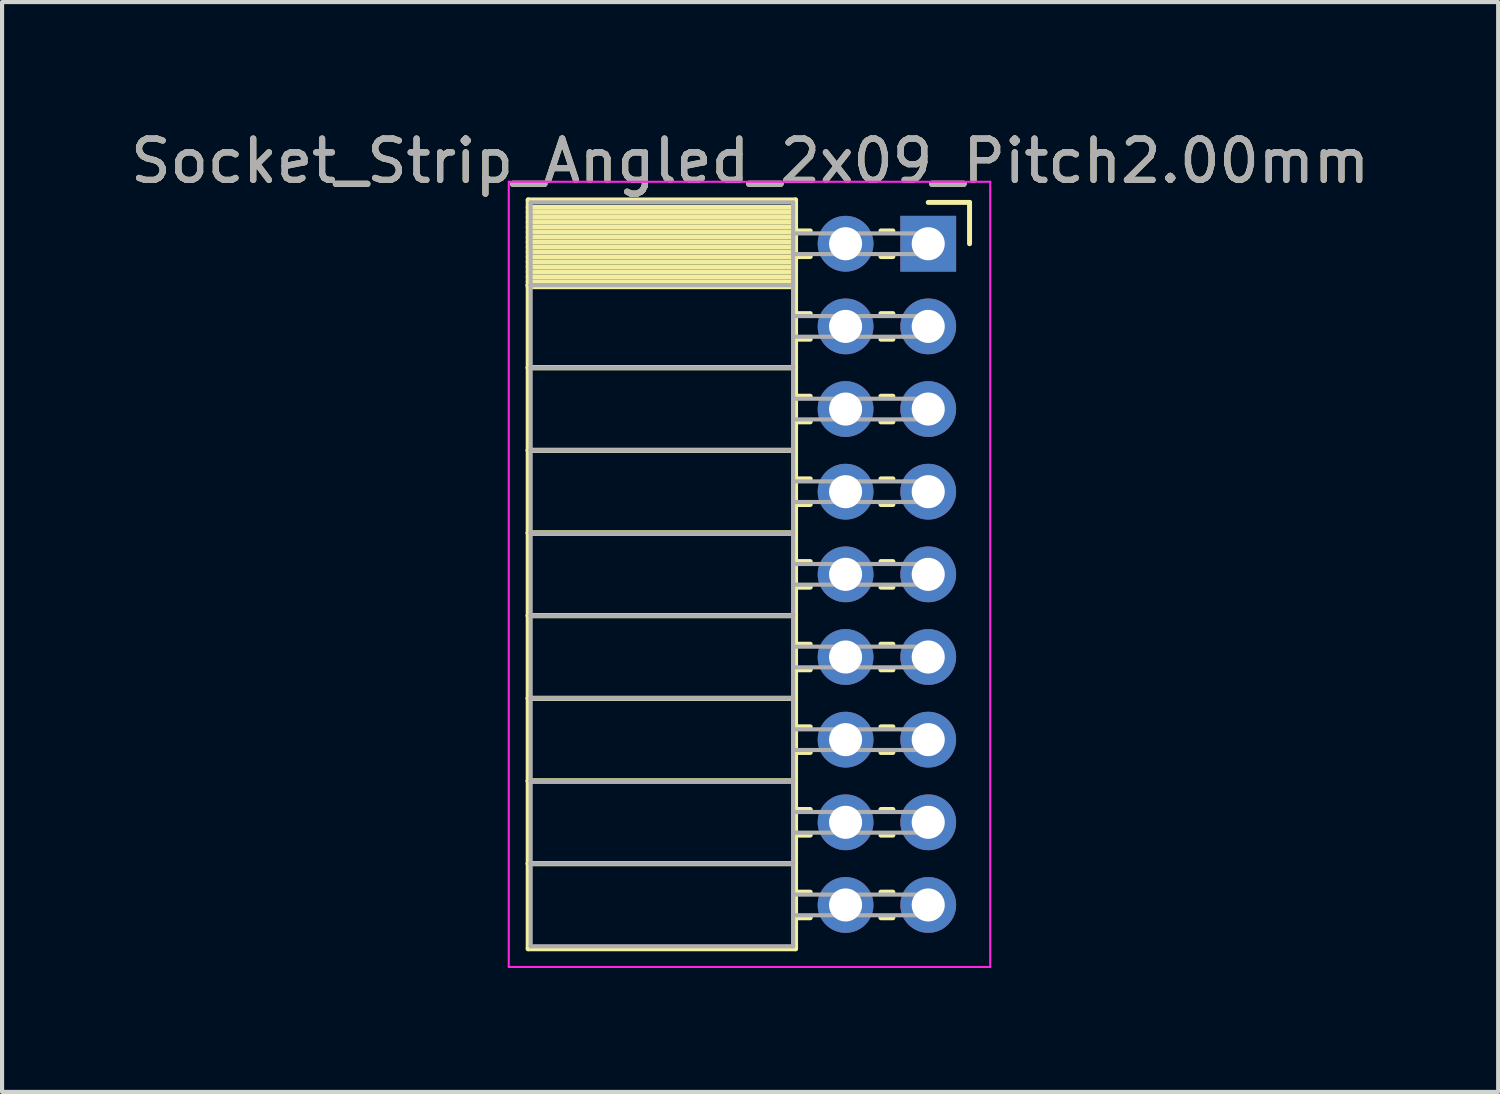
<source format=kicad_pcb>
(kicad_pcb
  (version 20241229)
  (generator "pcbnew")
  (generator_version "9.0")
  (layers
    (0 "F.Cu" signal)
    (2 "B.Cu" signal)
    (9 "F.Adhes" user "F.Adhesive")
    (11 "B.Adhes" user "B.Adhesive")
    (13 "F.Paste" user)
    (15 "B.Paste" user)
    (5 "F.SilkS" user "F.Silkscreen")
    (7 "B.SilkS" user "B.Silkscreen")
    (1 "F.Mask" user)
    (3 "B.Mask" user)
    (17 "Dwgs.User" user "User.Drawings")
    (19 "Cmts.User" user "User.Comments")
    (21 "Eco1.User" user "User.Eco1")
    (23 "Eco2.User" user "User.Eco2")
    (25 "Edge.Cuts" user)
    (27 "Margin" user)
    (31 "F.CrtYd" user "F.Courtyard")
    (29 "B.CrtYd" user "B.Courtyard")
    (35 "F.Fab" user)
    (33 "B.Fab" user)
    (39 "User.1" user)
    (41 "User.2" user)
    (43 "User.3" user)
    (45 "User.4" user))
  (footprint "Socket_Strip_Angled_2x09_Pitch2.00mm"
    (layer "F.Cu")
    (at 19.411 2.848)
    (property "Reference" "Socket_Strip_Angled_2x09_Pitch2.00mm" (at -4.31 -2 0) (layer "F.SilkS") (effects (font (size 1 1) (thickness 0.15))))
    (attr through_hole)
    (fp_line (start -9.68 -1.06) (end -3.21 -1.06) (stroke (width 0.12) (type solid)) (layer "F.SilkS"))
    (fp_line (start -9.68 1) (end -9.68 -1.06) (stroke (width 0.12) (type solid)) (layer "F.SilkS"))
    (fp_line (start -9.68 1) (end -3.21 1) (stroke (width 0.12) (type solid)) (layer "F.SilkS"))
    (fp_line (start -9.68 3) (end -9.68 1) (stroke (width 0.12) (type solid)) (layer "F.SilkS"))
    (fp_line (start -9.68 3) (end -3.21 3) (stroke (width 0.12) (type solid)) (layer "F.SilkS"))
    (fp_line (start -9.68 5) (end -9.68 3) (stroke (width 0.12) (type solid)) (layer "F.SilkS"))
    (fp_line (start -9.68 5) (end -3.21 5) (stroke (width 0.12) (type solid)) (layer "F.SilkS"))
    (fp_line (start -9.68 7) (end -9.68 5) (stroke (width 0.12) (type solid)) (layer "F.SilkS"))
    (fp_line (start -9.68 7) (end -3.21 7) (stroke (width 0.12) (type solid)) (layer "F.SilkS"))
    (fp_line (start -9.68 9) (end -9.68 7) (stroke (width 0.12) (type solid)) (layer "F.SilkS"))
    (fp_line (start -9.68 9) (end -3.21 9) (stroke (width 0.12) (type solid)) (layer "F.SilkS"))
    (fp_line (start -9.68 11) (end -9.68 9) (stroke (width 0.12) (type solid)) (layer "F.SilkS"))
    (fp_line (start -9.68 11) (end -3.21 11) (stroke (width 0.12) (type solid)) (layer "F.SilkS"))
    (fp_line (start -9.68 13) (end -9.68 11) (stroke (width 0.12) (type solid)) (layer "F.SilkS"))
    (fp_line (start -9.68 13) (end -3.21 13) (stroke (width 0.12) (type solid)) (layer "F.SilkS"))
    (fp_line (start -9.68 15) (end -9.68 13) (stroke (width 0.12) (type solid)) (layer "F.SilkS"))
    (fp_line (start -9.68 15) (end -3.21 15) (stroke (width 0.12) (type solid)) (layer "F.SilkS"))
    (fp_line (start -9.68 17.06) (end -9.68 15) (stroke (width 0.12) (type solid)) (layer "F.SilkS"))
    (fp_line (start -3.21 -1.06) (end -3.21 1) (stroke (width 0.12) (type solid)) (layer "F.SilkS"))
    (fp_line (start -3.21 -0.88) (end -9.68 -0.88) (stroke (width 0.12) (type solid)) (layer "F.SilkS"))
    (fp_line (start -3.21 -0.76) (end -9.68 -0.76) (stroke (width 0.12) (type solid)) (layer "F.SilkS"))
    (fp_line (start -3.21 -0.64) (end -9.68 -0.64) (stroke (width 0.12) (type solid)) (layer "F.SilkS"))
    (fp_line (start -3.21 -0.52) (end -9.68 -0.52) (stroke (width 0.12) (type solid)) (layer "F.SilkS"))
    (fp_line (start -3.21 -0.4) (end -9.68 -0.4) (stroke (width 0.12) (type solid)) (layer "F.SilkS"))
    (fp_line (start -3.21 -0.28) (end -9.68 -0.28) (stroke (width 0.12) (type solid)) (layer "F.SilkS"))
    (fp_line (start -3.21 -0.16) (end -9.68 -0.16) (stroke (width 0.12) (type solid)) (layer "F.SilkS"))
    (fp_line (start -3.21 -0.04) (end -9.68 -0.04) (stroke (width 0.12) (type solid)) (layer "F.SilkS"))
    (fp_line (start -3.21 0.08) (end -9.68 0.08) (stroke (width 0.12) (type solid)) (layer "F.SilkS"))
    (fp_line (start -3.21 0.2) (end -9.68 0.2) (stroke (width 0.12) (type solid)) (layer "F.SilkS"))
    (fp_line (start -3.21 0.32) (end -9.68 0.32) (stroke (width 0.12) (type solid)) (layer "F.SilkS"))
    (fp_line (start -3.21 0.44) (end -9.68 0.44) (stroke (width 0.12) (type solid)) (layer "F.SilkS"))
    (fp_line (start -3.21 0.56) (end -9.68 0.56) (stroke (width 0.12) (type solid)) (layer "F.SilkS"))
    (fp_line (start -3.21 0.68) (end -9.68 0.68) (stroke (width 0.12) (type solid)) (layer "F.SilkS"))
    (fp_line (start -3.21 0.8) (end -9.68 0.8) (stroke (width 0.12) (type solid)) (layer "F.SilkS"))
    (fp_line (start -3.21 0.92) (end -9.68 0.92) (stroke (width 0.12) (type solid)) (layer "F.SilkS"))
    (fp_line (start -3.21 1) (end -9.68 1) (stroke (width 0.12) (type solid)) (layer "F.SilkS"))
    (fp_line (start -3.21 1) (end -3.21 3) (stroke (width 0.12) (type solid)) (layer "F.SilkS"))
    (fp_line (start -3.21 1.04) (end -9.68 1.04) (stroke (width 0.12) (type solid)) (layer "F.SilkS"))
    (fp_line (start -3.21 3) (end -9.68 3) (stroke (width 0.12) (type solid)) (layer "F.SilkS"))
    (fp_line (start -3.21 3) (end -3.21 5) (stroke (width 0.12) (type solid)) (layer "F.SilkS"))
    (fp_line (start -3.21 5) (end -9.68 5) (stroke (width 0.12) (type solid)) (layer "F.SilkS"))
    (fp_line (start -3.21 5) (end -3.21 7) (stroke (width 0.12) (type solid)) (layer "F.SilkS"))
    (fp_line (start -3.21 7) (end -9.68 7) (stroke (width 0.12) (type solid)) (layer "F.SilkS"))
    (fp_line (start -3.21 7) (end -3.21 9) (stroke (width 0.12) (type solid)) (layer "F.SilkS"))
    (fp_line (start -3.21 9) (end -9.68 9) (stroke (width 0.12) (type solid)) (layer "F.SilkS"))
    (fp_line (start -3.21 9) (end -3.21 11) (stroke (width 0.12) (type solid)) (layer "F.SilkS"))
    (fp_line (start -3.21 11) (end -9.68 11) (stroke (width 0.12) (type solid)) (layer "F.SilkS"))
    (fp_line (start -3.21 11) (end -3.21 13) (stroke (width 0.12) (type solid)) (layer "F.SilkS"))
    (fp_line (start -3.21 13) (end -9.68 13) (stroke (width 0.12) (type solid)) (layer "F.SilkS"))
    (fp_line (start -3.21 13) (end -3.21 15) (stroke (width 0.12) (type solid)) (layer "F.SilkS"))
    (fp_line (start -3.21 15) (end -9.68 15) (stroke (width 0.12) (type solid)) (layer "F.SilkS"))
    (fp_line (start -3.21 15) (end -3.21 17.06) (stroke (width 0.12) (type solid)) (layer "F.SilkS"))
    (fp_line (start -3.21 17.06) (end -9.68 17.06) (stroke (width 0.12) (type solid)) (layer "F.SilkS"))
    (fp_line (start -2.855 -0.31) (end -3.21 -0.31) (stroke (width 0.12) (type solid)) (layer "F.SilkS"))
    (fp_line (start -2.855 0.31) (end -3.21 0.31) (stroke (width 0.12) (type solid)) (layer "F.SilkS"))
    (fp_line (start -2.855 1.69) (end -3.21 1.69) (stroke (width 0.12) (type solid)) (layer "F.SilkS"))
    (fp_line (start -2.855 2.31) (end -3.21 2.31) (stroke (width 0.12) (type solid)) (layer "F.SilkS"))
    (fp_line (start -2.855 3.69) (end -3.21 3.69) (stroke (width 0.12) (type solid)) (layer "F.SilkS"))
    (fp_line (start -2.855 4.31) (end -3.21 4.31) (stroke (width 0.12) (type solid)) (layer "F.SilkS"))
    (fp_line (start -2.855 5.69) (end -3.21 5.69) (stroke (width 0.12) (type solid)) (layer "F.SilkS"))
    (fp_line (start -2.855 6.31) (end -3.21 6.31) (stroke (width 0.12) (type solid)) (layer "F.SilkS"))
    (fp_line (start -2.855 7.69) (end -3.21 7.69) (stroke (width 0.12) (type solid)) (layer "F.SilkS"))
    (fp_line (start -2.855 8.31) (end -3.21 8.31) (stroke (width 0.12) (type solid)) (layer "F.SilkS"))
    (fp_line (start -2.855 9.69) (end -3.21 9.69) (stroke (width 0.12) (type solid)) (layer "F.SilkS"))
    (fp_line (start -2.855 10.31) (end -3.21 10.31) (stroke (width 0.12) (type solid)) (layer "F.SilkS"))
    (fp_line (start -2.855 11.69) (end -3.21 11.69) (stroke (width 0.12) (type solid)) (layer "F.SilkS"))
    (fp_line (start -2.855 12.31) (end -3.21 12.31) (stroke (width 0.12) (type solid)) (layer "F.SilkS"))
    (fp_line (start -2.855 13.69) (end -3.21 13.69) (stroke (width 0.12) (type solid)) (layer "F.SilkS"))
    (fp_line (start -2.855 14.31) (end -3.21 14.31) (stroke (width 0.12) (type solid)) (layer "F.SilkS"))
    (fp_line (start -2.855 15.69) (end -3.21 15.69) (stroke (width 0.12) (type solid)) (layer "F.SilkS"))
    (fp_line (start -2.855 16.31) (end -3.21 16.31) (stroke (width 0.12) (type solid)) (layer "F.SilkS"))
    (fp_line (start -0.855 -0.31) (end -1.145 -0.31) (stroke (width 0.12) (type solid)) (layer "F.SilkS"))
    (fp_line (start -0.855 0.31) (end -1.145 0.31) (stroke (width 0.12) (type solid)) (layer "F.SilkS"))
    (fp_line (start -0.855 1.69) (end -1.145 1.69) (stroke (width 0.12) (type solid)) (layer "F.SilkS"))
    (fp_line (start -0.855 2.31) (end -1.145 2.31) (stroke (width 0.12) (type solid)) (layer "F.SilkS"))
    (fp_line (start -0.855 3.69) (end -1.145 3.69) (stroke (width 0.12) (type solid)) (layer "F.SilkS"))
    (fp_line (start -0.855 4.31) (end -1.145 4.31) (stroke (width 0.12) (type solid)) (layer "F.SilkS"))
    (fp_line (start -0.855 5.69) (end -1.145 5.69) (stroke (width 0.12) (type solid)) (layer "F.SilkS"))
    (fp_line (start -0.855 6.31) (end -1.145 6.31) (stroke (width 0.12) (type solid)) (layer "F.SilkS"))
    (fp_line (start -0.855 7.69) (end -1.145 7.69) (stroke (width 0.12) (type solid)) (layer "F.SilkS"))
    (fp_line (start -0.855 8.31) (end -1.145 8.31) (stroke (width 0.12) (type solid)) (layer "F.SilkS"))
    (fp_line (start -0.855 9.69) (end -1.145 9.69) (stroke (width 0.12) (type solid)) (layer "F.SilkS"))
    (fp_line (start -0.855 10.31) (end -1.145 10.31) (stroke (width 0.12) (type solid)) (layer "F.SilkS"))
    (fp_line (start -0.855 11.69) (end -1.145 11.69) (stroke (width 0.12) (type solid)) (layer "F.SilkS"))
    (fp_line (start -0.855 12.31) (end -1.145 12.31) (stroke (width 0.12) (type solid)) (layer "F.SilkS"))
    (fp_line (start -0.855 13.69) (end -1.145 13.69) (stroke (width 0.12) (type solid)) (layer "F.SilkS"))
    (fp_line (start -0.855 14.31) (end -1.145 14.31) (stroke (width 0.12) (type solid)) (layer "F.SilkS"))
    (fp_line (start -0.855 15.69) (end -1.145 15.69) (stroke (width 0.12) (type solid)) (layer "F.SilkS"))
    (fp_line (start -0.855 16.31) (end -1.145 16.31) (stroke (width 0.12) (type solid)) (layer "F.SilkS"))
    (fp_line (start 0 -1) (end 1 -1) (stroke (width 0.12) (type solid)) (layer "F.SilkS"))
    (fp_line (start 1 -1) (end 1 0) (stroke (width 0.12) (type solid)) (layer "F.SilkS"))
    (fp_line (start -10.15 -1.5) (end 1.5 -1.5) (stroke (width 0.05) (type solid)) (layer "F.CrtYd"))
    (fp_line (start -10.15 17.5) (end -10.15 -1.5) (stroke (width 0.05) (type solid)) (layer "F.CrtYd"))
    (fp_line (start 1.5 -1.5) (end 1.5 17.5) (stroke (width 0.05) (type solid)) (layer "F.CrtYd"))
    (fp_line (start 1.5 17.5) (end -10.15 17.5) (stroke (width 0.05) (type solid)) (layer "F.CrtYd"))
    (fp_line (start -9.62 -1) (end -3.27 -1) (stroke (width 0.1) (type solid)) (layer "F.Fab"))
    (fp_line (start -9.62 1) (end -9.62 -1) (stroke (width 0.1) (type solid)) (layer "F.Fab"))
    (fp_line (start -9.62 1) (end -3.27 1) (stroke (width 0.1) (type solid)) (layer "F.Fab"))
    (fp_line (start -9.62 3) (end -9.62 1) (stroke (width 0.1) (type solid)) (layer "F.Fab"))
    (fp_line (start -9.62 3) (end -3.27 3) (stroke (width 0.1) (type solid)) (layer "F.Fab"))
    (fp_line (start -9.62 5) (end -9.62 3) (stroke (width 0.1) (type solid)) (layer "F.Fab"))
    (fp_line (start -9.62 5) (end -3.27 5) (stroke (width 0.1) (type solid)) (layer "F.Fab"))
    (fp_line (start -9.62 7) (end -9.62 5) (stroke (width 0.1) (type solid)) (layer "F.Fab"))
    (fp_line (start -9.62 7) (end -3.27 7) (stroke (width 0.1) (type solid)) (layer "F.Fab"))
    (fp_line (start -9.62 9) (end -9.62 7) (stroke (width 0.1) (type solid)) (layer "F.Fab"))
    (fp_line (start -9.62 9) (end -3.27 9) (stroke (width 0.1) (type solid)) (layer "F.Fab"))
    (fp_line (start -9.62 11) (end -9.62 9) (stroke (width 0.1) (type solid)) (layer "F.Fab"))
    (fp_line (start -9.62 11) (end -3.27 11) (stroke (width 0.1) (type solid)) (layer "F.Fab"))
    (fp_line (start -9.62 13) (end -9.62 11) (stroke (width 0.1) (type solid)) (layer "F.Fab"))
    (fp_line (start -9.62 13) (end -3.27 13) (stroke (width 0.1) (type solid)) (layer "F.Fab"))
    (fp_line (start -9.62 15) (end -9.62 13) (stroke (width 0.1) (type solid)) (layer "F.Fab"))
    (fp_line (start -9.62 15) (end -3.27 15) (stroke (width 0.1) (type solid)) (layer "F.Fab"))
    (fp_line (start -9.62 17) (end -9.62 15) (stroke (width 0.1) (type solid)) (layer "F.Fab"))
    (fp_line (start -3.27 -1) (end -3.27 1) (stroke (width 0.1) (type solid)) (layer "F.Fab"))
    (fp_line (start -3.27 -0.25) (end 0 -0.25) (stroke (width 0.1) (type solid)) (layer "F.Fab"))
    (fp_line (start -3.27 0.25) (end -3.27 -0.25) (stroke (width 0.1) (type solid)) (layer "F.Fab"))
    (fp_line (start -3.27 1) (end -9.62 1) (stroke (width 0.1) (type solid)) (layer "F.Fab"))
    (fp_line (start -3.27 1) (end -3.27 3) (stroke (width 0.1) (type solid)) (layer "F.Fab"))
    (fp_line (start -3.27 1.75) (end 0 1.75) (stroke (width 0.1) (type solid)) (layer "F.Fab"))
    (fp_line (start -3.27 2.25) (end -3.27 1.75) (stroke (width 0.1) (type solid)) (layer "F.Fab"))
    (fp_line (start -3.27 3) (end -9.62 3) (stroke (width 0.1) (type solid)) (layer "F.Fab"))
    (fp_line (start -3.27 3) (end -3.27 5) (stroke (width 0.1) (type solid)) (layer "F.Fab"))
    (fp_line (start -3.27 3.75) (end 0 3.75) (stroke (width 0.1) (type solid)) (layer "F.Fab"))
    (fp_line (start -3.27 4.25) (end -3.27 3.75) (stroke (width 0.1) (type solid)) (layer "F.Fab"))
    (fp_line (start -3.27 5) (end -9.62 5) (stroke (width 0.1) (type solid)) (layer "F.Fab"))
    (fp_line (start -3.27 5) (end -3.27 7) (stroke (width 0.1) (type solid)) (layer "F.Fab"))
    (fp_line (start -3.27 5.75) (end 0 5.75) (stroke (width 0.1) (type solid)) (layer "F.Fab"))
    (fp_line (start -3.27 6.25) (end -3.27 5.75) (stroke (width 0.1) (type solid)) (layer "F.Fab"))
    (fp_line (start -3.27 7) (end -9.62 7) (stroke (width 0.1) (type solid)) (layer "F.Fab"))
    (fp_line (start -3.27 7) (end -3.27 9) (stroke (width 0.1) (type solid)) (layer "F.Fab"))
    (fp_line (start -3.27 7.75) (end 0 7.75) (stroke (width 0.1) (type solid)) (layer "F.Fab"))
    (fp_line (start -3.27 8.25) (end -3.27 7.75) (stroke (width 0.1) (type solid)) (layer "F.Fab"))
    (fp_line (start -3.27 9) (end -9.62 9) (stroke (width 0.1) (type solid)) (layer "F.Fab"))
    (fp_line (start -3.27 9) (end -3.27 11) (stroke (width 0.1) (type solid)) (layer "F.Fab"))
    (fp_line (start -3.27 9.75) (end 0 9.75) (stroke (width 0.1) (type solid)) (layer "F.Fab"))
    (fp_line (start -3.27 10.25) (end -3.27 9.75) (stroke (width 0.1) (type solid)) (layer "F.Fab"))
    (fp_line (start -3.27 11) (end -9.62 11) (stroke (width 0.1) (type solid)) (layer "F.Fab"))
    (fp_line (start -3.27 11) (end -3.27 13) (stroke (width 0.1) (type solid)) (layer "F.Fab"))
    (fp_line (start -3.27 11.75) (end 0 11.75) (stroke (width 0.1) (type solid)) (layer "F.Fab"))
    (fp_line (start -3.27 12.25) (end -3.27 11.75) (stroke (width 0.1) (type solid)) (layer "F.Fab"))
    (fp_line (start -3.27 13) (end -9.62 13) (stroke (width 0.1) (type solid)) (layer "F.Fab"))
    (fp_line (start -3.27 13) (end -3.27 15) (stroke (width 0.1) (type solid)) (layer "F.Fab"))
    (fp_line (start -3.27 13.75) (end 0 13.75) (stroke (width 0.1) (type solid)) (layer "F.Fab"))
    (fp_line (start -3.27 14.25) (end -3.27 13.75) (stroke (width 0.1) (type solid)) (layer "F.Fab"))
    (fp_line (start -3.27 15) (end -9.62 15) (stroke (width 0.1) (type solid)) (layer "F.Fab"))
    (fp_line (start -3.27 15) (end -3.27 17) (stroke (width 0.1) (type solid)) (layer "F.Fab"))
    (fp_line (start -3.27 15.75) (end 0 15.75) (stroke (width 0.1) (type solid)) (layer "F.Fab"))
    (fp_line (start -3.27 16.25) (end -3.27 15.75) (stroke (width 0.1) (type solid)) (layer "F.Fab"))
    (fp_line (start -3.27 17) (end -9.62 17) (stroke (width 0.1) (type solid)) (layer "F.Fab"))
    (fp_line (start 0 -0.25) (end 0 0.25) (stroke (width 0.1) (type solid)) (layer "F.Fab"))
    (fp_line (start 0 0.25) (end -3.27 0.25) (stroke (width 0.1) (type solid)) (layer "F.Fab"))
    (fp_line (start 0 1.75) (end 0 2.25) (stroke (width 0.1) (type solid)) (layer "F.Fab"))
    (fp_line (start 0 2.25) (end -3.27 2.25) (stroke (width 0.1) (type solid)) (layer "F.Fab"))
    (fp_line (start 0 3.75) (end 0 4.25) (stroke (width 0.1) (type solid)) (layer "F.Fab"))
    (fp_line (start 0 4.25) (end -3.27 4.25) (stroke (width 0.1) (type solid)) (layer "F.Fab"))
    (fp_line (start 0 5.75) (end 0 6.25) (stroke (width 0.1) (type solid)) (layer "F.Fab"))
    (fp_line (start 0 6.25) (end -3.27 6.25) (stroke (width 0.1) (type solid)) (layer "F.Fab"))
    (fp_line (start 0 7.75) (end 0 8.25) (stroke (width 0.1) (type solid)) (layer "F.Fab"))
    (fp_line (start 0 8.25) (end -3.27 8.25) (stroke (width 0.1) (type solid)) (layer "F.Fab"))
    (fp_line (start 0 9.75) (end 0 10.25) (stroke (width 0.1) (type solid)) (layer "F.Fab"))
    (fp_line (start 0 10.25) (end -3.27 10.25) (stroke (width 0.1) (type solid)) (layer "F.Fab"))
    (fp_line (start 0 11.75) (end 0 12.25) (stroke (width 0.1) (type solid)) (layer "F.Fab"))
    (fp_line (start 0 12.25) (end -3.27 12.25) (stroke (width 0.1) (type solid)) (layer "F.Fab"))
    (fp_line (start 0 13.75) (end 0 14.25) (stroke (width 0.1) (type solid)) (layer "F.Fab"))
    (fp_line (start 0 14.25) (end -3.27 14.25) (stroke (width 0.1) (type solid)) (layer "F.Fab"))
    (fp_line (start 0 15.75) (end 0 16.25) (stroke (width 0.1) (type solid)) (layer "F.Fab"))
    (fp_line (start 0 16.25) (end -3.27 16.25) (stroke (width 0.1) (type solid)) (layer "F.Fab"))
    (fp_text user "${REFERENCE}" (at -4.31 -2 0) (layer "F.Fab") (effects (font (size 1 1) (thickness 0.15))))
    (pad "1" thru_hole rect (at 0 0) (size 1.35 1.35) (drill 0.8) (layers "*.Cu" "*.Mask"))
    (pad "2" thru_hole oval (at -2 0) (size 1.35 1.35) (drill 0.8) (layers "*.Cu" "*.Mask"))
    (pad "3" thru_hole oval (at 0 2) (size 1.35 1.35) (drill 0.8) (layers "*.Cu" "*.Mask"))
    (pad "4" thru_hole oval (at -2 2) (size 1.35 1.35) (drill 0.8) (layers "*.Cu" "*.Mask"))
    (pad "5" thru_hole oval (at 0 4) (size 1.35 1.35) (drill 0.8) (layers "*.Cu" "*.Mask"))
    (pad "6" thru_hole oval (at -2 4) (size 1.35 1.35) (drill 0.8) (layers "*.Cu" "*.Mask"))
    (pad "7" thru_hole oval (at 0 6) (size 1.35 1.35) (drill 0.8) (layers "*.Cu" "*.Mask"))
    (pad "8" thru_hole oval (at -2 6) (size 1.35 1.35) (drill 0.8) (layers "*.Cu" "*.Mask"))
    (pad "9" thru_hole oval (at 0 8) (size 1.35 1.35) (drill 0.8) (layers "*.Cu" "*.Mask"))
    (pad "10" thru_hole oval (at -2 8) (size 1.35 1.35) (drill 0.8) (layers "*.Cu" "*.Mask"))
    (pad "11" thru_hole oval (at 0 10) (size 1.35 1.35) (drill 0.8) (layers "*.Cu" "*.Mask"))
    (pad "12" thru_hole oval (at -2 10) (size 1.35 1.35) (drill 0.8) (layers "*.Cu" "*.Mask"))
    (pad "13" thru_hole oval (at 0 12) (size 1.35 1.35) (drill 0.8) (layers "*.Cu" "*.Mask"))
    (pad "14" thru_hole oval (at -2 12) (size 1.35 1.35) (drill 0.8) (layers "*.Cu" "*.Mask"))
    (pad "15" thru_hole oval (at 0 14) (size 1.35 1.35) (drill 0.8) (layers "*.Cu" "*.Mask"))
    (pad "16" thru_hole oval (at -2 14) (size 1.35 1.35) (drill 0.8) (layers "*.Cu" "*.Mask"))
    (pad "17" thru_hole oval (at 0 16) (size 1.35 1.35) (drill 0.8) (layers "*.Cu" "*.Mask"))
    (pad "18" thru_hole oval (at -2 16) (size 1.35 1.35) (drill 0.8) (layers "*.Cu" "*.Mask")))
  (gr_rect
    (start -3 -3)
    (end 33.202 23.373)
    (stroke (width 0.1) (type default))
    (fill no)
    (layer "Edge.Cuts")))
</source>
